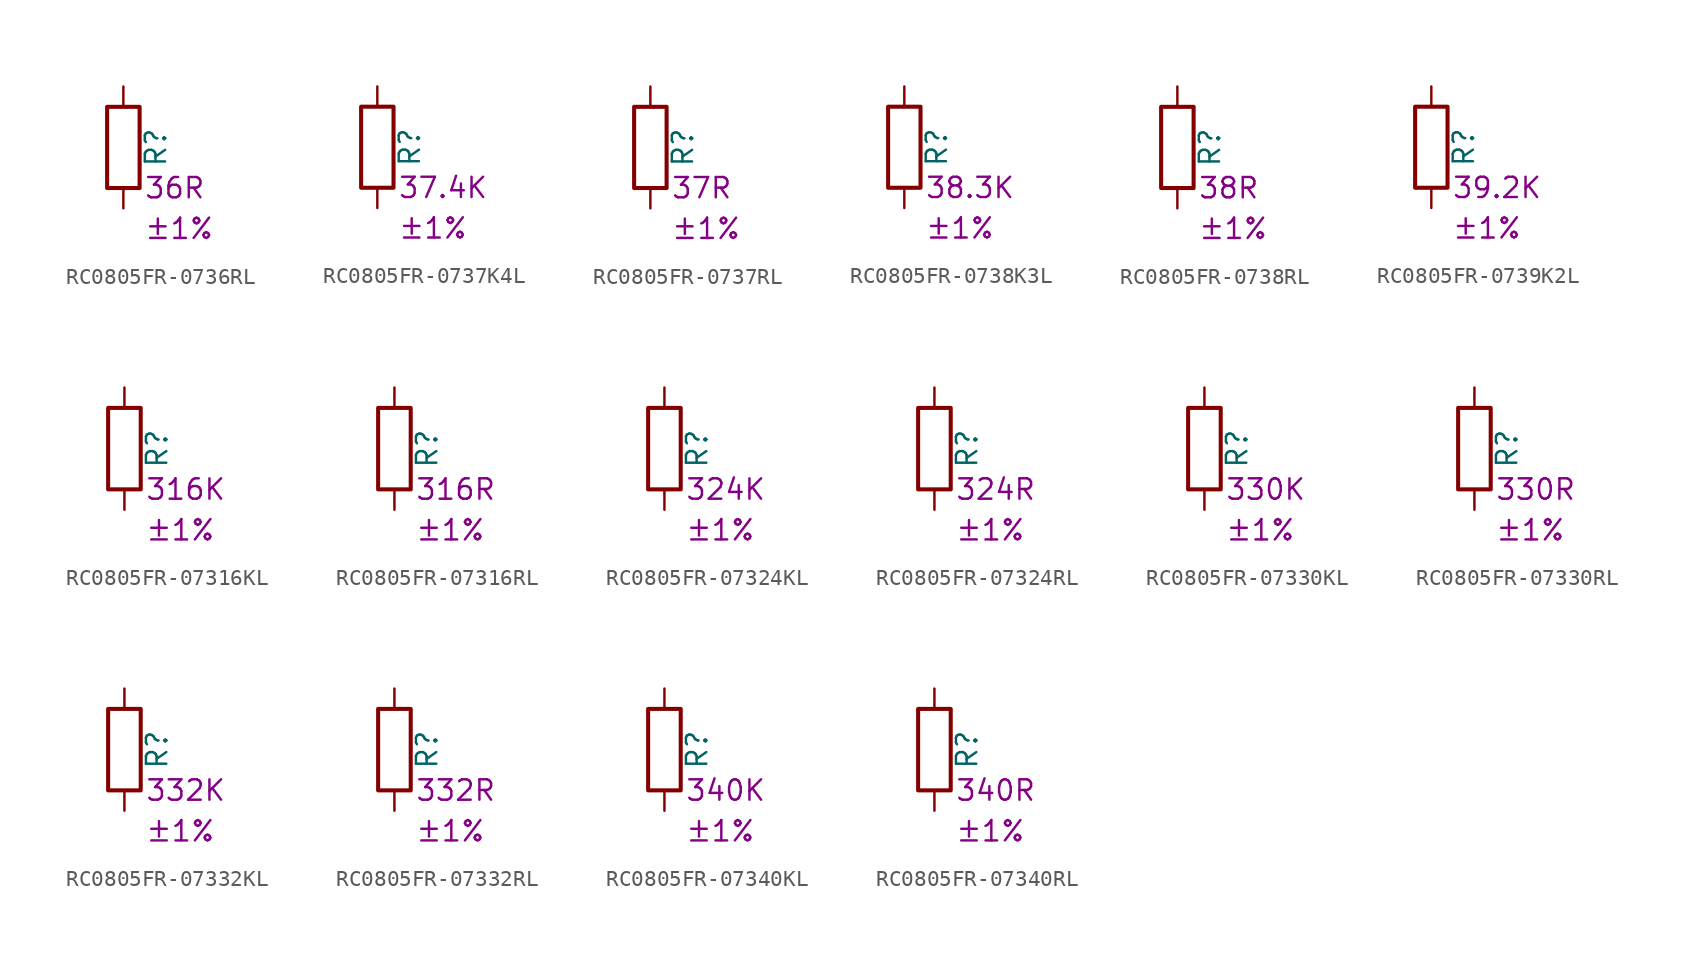
<source format=kicad_sym>
(kicad_symbol_lib
  (version 20220914)
  (generator kicad_symbol_editor)
  (symbol "RC0805FR-0736RL"
    (pin_numbers hide)
    (pin_names
      (offset 0))
    (property "Reference" "R"
      (at 2.032 0 90)
      (effects (font (size 1.27 1.27))))
    (property "Resistance" "36R"
      (at 1.27 -2.54 0)
      (effects (font (size 1.27 1.27)) (justify left)))
    (property "Tolerance" "±1%"
      (at 1.27 -5.08 0)
      (effects (font (size 1.27 1.27)) (justify left)))
    (symbol "RC0805FR-0736RL_0_1"
      (rectangle (start -1.016 -2.54) (end 1.016 2.54) (stroke (width 0.254) (type default)) (fill (type none))))
    (symbol "RC0805FR-0736RL_1_1"
      (pin passive line (at 0 3.81 270) (length 1.27) (name "~" (effects (font (size 1.27 1.27)))) (number "1" (effects (font (size 1.27 1.27)))))
      (pin passive line (at 0 -3.81 90) (length 1.27) (name "~" (effects (font (size 1.27 1.27)))) (number "2" (effects (font (size 1.27 1.27)))))))
  (symbol "RC0805FR-0737K4L"
    (pin_numbers hide)
    (pin_names
      (offset 0))
    (property "Reference" "R"
      (at 2.032 0 90)
      (effects (font (size 1.27 1.27))))
    (property "Resistance" "37.4K"
      (at 1.27 -2.54 0)
      (effects (font (size 1.27 1.27)) (justify left)))
    (property "Tolerance" "±1%"
      (at 1.27 -5.08 0)
      (effects (font (size 1.27 1.27)) (justify left)))
    (symbol "RC0805FR-0737K4L_0_1"
      (rectangle (start -1.016 -2.54) (end 1.016 2.54) (stroke (width 0.254) (type default)) (fill (type none))))
    (symbol "RC0805FR-0737K4L_1_1"
      (pin passive line (at 0 3.81 270) (length 1.27) (name "~" (effects (font (size 1.27 1.27)))) (number "1" (effects (font (size 1.27 1.27)))))
      (pin passive line (at 0 -3.81 90) (length 1.27) (name "~" (effects (font (size 1.27 1.27)))) (number "2" (effects (font (size 1.27 1.27)))))))
  (symbol "RC0805FR-0737RL"
    (pin_numbers hide)
    (pin_names
      (offset 0))
    (property "Reference" "R"
      (at 2.032 0 90)
      (effects (font (size 1.27 1.27))))
    (property "Resistance" "37R"
      (at 1.27 -2.54 0)
      (effects (font (size 1.27 1.27)) (justify left)))
    (property "Tolerance" "±1%"
      (at 1.27 -5.08 0)
      (effects (font (size 1.27 1.27)) (justify left)))
    (symbol "RC0805FR-0737RL_0_1"
      (rectangle (start -1.016 -2.54) (end 1.016 2.54) (stroke (width 0.254) (type default)) (fill (type none))))
    (symbol "RC0805FR-0737RL_1_1"
      (pin passive line (at 0 3.81 270) (length 1.27) (name "~" (effects (font (size 1.27 1.27)))) (number "1" (effects (font (size 1.27 1.27)))))
      (pin passive line (at 0 -3.81 90) (length 1.27) (name "~" (effects (font (size 1.27 1.27)))) (number "2" (effects (font (size 1.27 1.27)))))))
  (symbol "RC0805FR-0738K3L"
    (pin_numbers hide)
    (pin_names
      (offset 0))
    (property "Reference" "R"
      (at 2.032 0 90)
      (effects (font (size 1.27 1.27))))
    (property "Resistance" "38.3K"
      (at 1.27 -2.54 0)
      (effects (font (size 1.27 1.27)) (justify left)))
    (property "Tolerance" "±1%"
      (at 1.27 -5.08 0)
      (effects (font (size 1.27 1.27)) (justify left)))
    (symbol "RC0805FR-0738K3L_0_1"
      (rectangle (start -1.016 -2.54) (end 1.016 2.54) (stroke (width 0.254) (type default)) (fill (type none))))
    (symbol "RC0805FR-0738K3L_1_1"
      (pin passive line (at 0 3.81 270) (length 1.27) (name "~" (effects (font (size 1.27 1.27)))) (number "1" (effects (font (size 1.27 1.27)))))
      (pin passive line (at 0 -3.81 90) (length 1.27) (name "~" (effects (font (size 1.27 1.27)))) (number "2" (effects (font (size 1.27 1.27)))))))
  (symbol "RC0805FR-0738RL"
    (pin_numbers hide)
    (pin_names
      (offset 0))
    (property "Reference" "R"
      (at 2.032 0 90)
      (effects (font (size 1.27 1.27))))
    (property "Resistance" "38R"
      (at 1.27 -2.54 0)
      (effects (font (size 1.27 1.27)) (justify left)))
    (property "Tolerance" "±1%"
      (at 1.27 -5.08 0)
      (effects (font (size 1.27 1.27)) (justify left)))
    (symbol "RC0805FR-0738RL_0_1"
      (rectangle (start -1.016 -2.54) (end 1.016 2.54) (stroke (width 0.254) (type default)) (fill (type none))))
    (symbol "RC0805FR-0738RL_1_1"
      (pin passive line (at 0 3.81 270) (length 1.27) (name "~" (effects (font (size 1.27 1.27)))) (number "1" (effects (font (size 1.27 1.27)))))
      (pin passive line (at 0 -3.81 90) (length 1.27) (name "~" (effects (font (size 1.27 1.27)))) (number "2" (effects (font (size 1.27 1.27)))))))
  (symbol "RC0805FR-0739K2L"
    (pin_numbers hide)
    (pin_names
      (offset 0))
    (property "Reference" "R"
      (at 2.032 0 90)
      (effects (font (size 1.27 1.27))))
    (property "Resistance" "39.2K"
      (at 1.27 -2.54 0)
      (effects (font (size 1.27 1.27)) (justify left)))
    (property "Tolerance" "±1%"
      (at 1.27 -5.08 0)
      (effects (font (size 1.27 1.27)) (justify left)))
    (symbol "RC0805FR-0739K2L_0_1"
      (rectangle (start -1.016 -2.54) (end 1.016 2.54) (stroke (width 0.254) (type default)) (fill (type none))))
    (symbol "RC0805FR-0739K2L_1_1"
      (pin passive line (at 0 3.81 270) (length 1.27) (name "~" (effects (font (size 1.27 1.27)))) (number "1" (effects (font (size 1.27 1.27)))))
      (pin passive line (at 0 -3.81 90) (length 1.27) (name "~" (effects (font (size 1.27 1.27)))) (number "2" (effects (font (size 1.27 1.27)))))))
  (symbol "RC0805FR-07316KL"
    (pin_numbers hide)
    (pin_names
      (offset 0))
    (property "Reference" "R"
      (at 2.032 0 90)
      (effects (font (size 1.27 1.27))))
    (property "Resistance" "316K"
      (at 1.27 -2.54 0)
      (effects (font (size 1.27 1.27)) (justify left)))
    (property "Tolerance" "±1%"
      (at 1.27 -5.08 0)
      (effects (font (size 1.27 1.27)) (justify left)))
    (symbol "RC0805FR-07316KL_0_1"
      (rectangle (start -1.016 -2.54) (end 1.016 2.54) (stroke (width 0.254) (type default)) (fill (type none))))
    (symbol "RC0805FR-07316KL_1_1"
      (pin passive line (at 0 3.81 270) (length 1.27) (name "~" (effects (font (size 1.27 1.27)))) (number "1" (effects (font (size 1.27 1.27)))))
      (pin passive line (at 0 -3.81 90) (length 1.27) (name "~" (effects (font (size 1.27 1.27)))) (number "2" (effects (font (size 1.27 1.27)))))))
  (symbol "RC0805FR-07316RL"
    (pin_numbers hide)
    (pin_names
      (offset 0))
    (property "Reference" "R"
      (at 2.032 0 90)
      (effects (font (size 1.27 1.27))))
    (property "Resistance" "316R"
      (at 1.27 -2.54 0)
      (effects (font (size 1.27 1.27)) (justify left)))
    (property "Tolerance" "±1%"
      (at 1.27 -5.08 0)
      (effects (font (size 1.27 1.27)) (justify left)))
    (symbol "RC0805FR-07316RL_0_1"
      (rectangle (start -1.016 -2.54) (end 1.016 2.54) (stroke (width 0.254) (type default)) (fill (type none))))
    (symbol "RC0805FR-07316RL_1_1"
      (pin passive line (at 0 3.81 270) (length 1.27) (name "~" (effects (font (size 1.27 1.27)))) (number "1" (effects (font (size 1.27 1.27)))))
      (pin passive line (at 0 -3.81 90) (length 1.27) (name "~" (effects (font (size 1.27 1.27)))) (number "2" (effects (font (size 1.27 1.27)))))))
  (symbol "RC0805FR-07324KL"
    (pin_numbers hide)
    (pin_names
      (offset 0))
    (property "Reference" "R"
      (at 2.032 0 90)
      (effects (font (size 1.27 1.27))))
    (property "Resistance" "324K"
      (at 1.27 -2.54 0)
      (effects (font (size 1.27 1.27)) (justify left)))
    (property "Tolerance" "±1%"
      (at 1.27 -5.08 0)
      (effects (font (size 1.27 1.27)) (justify left)))
    (symbol "RC0805FR-07324KL_0_1"
      (rectangle (start -1.016 -2.54) (end 1.016 2.54) (stroke (width 0.254) (type default)) (fill (type none))))
    (symbol "RC0805FR-07324KL_1_1"
      (pin passive line (at 0 3.81 270) (length 1.27) (name "~" (effects (font (size 1.27 1.27)))) (number "1" (effects (font (size 1.27 1.27)))))
      (pin passive line (at 0 -3.81 90) (length 1.27) (name "~" (effects (font (size 1.27 1.27)))) (number "2" (effects (font (size 1.27 1.27)))))))
  (symbol "RC0805FR-07324RL"
    (pin_numbers hide)
    (pin_names
      (offset 0))
    (property "Reference" "R"
      (at 2.032 0 90)
      (effects (font (size 1.27 1.27))))
    (property "Resistance" "324R"
      (at 1.27 -2.54 0)
      (effects (font (size 1.27 1.27)) (justify left)))
    (property "Tolerance" "±1%"
      (at 1.27 -5.08 0)
      (effects (font (size 1.27 1.27)) (justify left)))
    (symbol "RC0805FR-07324RL_0_1"
      (rectangle (start -1.016 -2.54) (end 1.016 2.54) (stroke (width 0.254) (type default)) (fill (type none))))
    (symbol "RC0805FR-07324RL_1_1"
      (pin passive line (at 0 3.81 270) (length 1.27) (name "~" (effects (font (size 1.27 1.27)))) (number "1" (effects (font (size 1.27 1.27)))))
      (pin passive line (at 0 -3.81 90) (length 1.27) (name "~" (effects (font (size 1.27 1.27)))) (number "2" (effects (font (size 1.27 1.27)))))))
  (symbol "RC0805FR-07330KL"
    (pin_numbers hide)
    (pin_names
      (offset 0))
    (property "Reference" "R"
      (at 2.032 0 90)
      (effects (font (size 1.27 1.27))))
    (property "Resistance" "330K"
      (at 1.27 -2.54 0)
      (effects (font (size 1.27 1.27)) (justify left)))
    (property "Tolerance" "±1%"
      (at 1.27 -5.08 0)
      (effects (font (size 1.27 1.27)) (justify left)))
    (symbol "RC0805FR-07330KL_0_1"
      (rectangle (start -1.016 -2.54) (end 1.016 2.54) (stroke (width 0.254) (type default)) (fill (type none))))
    (symbol "RC0805FR-07330KL_1_1"
      (pin passive line (at 0 3.81 270) (length 1.27) (name "~" (effects (font (size 1.27 1.27)))) (number "1" (effects (font (size 1.27 1.27)))))
      (pin passive line (at 0 -3.81 90) (length 1.27) (name "~" (effects (font (size 1.27 1.27)))) (number "2" (effects (font (size 1.27 1.27)))))))
  (symbol "RC0805FR-07330RL"
    (pin_numbers hide)
    (pin_names
      (offset 0))
    (property "Reference" "R"
      (at 2.032 0 90)
      (effects (font (size 1.27 1.27))))
    (property "Resistance" "330R"
      (at 1.27 -2.54 0)
      (effects (font (size 1.27 1.27)) (justify left)))
    (property "Tolerance" "±1%"
      (at 1.27 -5.08 0)
      (effects (font (size 1.27 1.27)) (justify left)))
    (symbol "RC0805FR-07330RL_0_1"
      (rectangle (start -1.016 -2.54) (end 1.016 2.54) (stroke (width 0.254) (type default)) (fill (type none))))
    (symbol "RC0805FR-07330RL_1_1"
      (pin passive line (at 0 3.81 270) (length 1.27) (name "~" (effects (font (size 1.27 1.27)))) (number "1" (effects (font (size 1.27 1.27)))))
      (pin passive line (at 0 -3.81 90) (length 1.27) (name "~" (effects (font (size 1.27 1.27)))) (number "2" (effects (font (size 1.27 1.27)))))))
  (symbol "RC0805FR-07332KL"
    (pin_numbers hide)
    (pin_names
      (offset 0))
    (property "Reference" "R"
      (at 2.032 0 90)
      (effects (font (size 1.27 1.27))))
    (property "Resistance" "332K"
      (at 1.27 -2.54 0)
      (effects (font (size 1.27 1.27)) (justify left)))
    (property "Tolerance" "±1%"
      (at 1.27 -5.08 0)
      (effects (font (size 1.27 1.27)) (justify left)))
    (symbol "RC0805FR-07332KL_0_1"
      (rectangle (start -1.016 -2.54) (end 1.016 2.54) (stroke (width 0.254) (type default)) (fill (type none))))
    (symbol "RC0805FR-07332KL_1_1"
      (pin passive line (at 0 3.81 270) (length 1.27) (name "~" (effects (font (size 1.27 1.27)))) (number "1" (effects (font (size 1.27 1.27)))))
      (pin passive line (at 0 -3.81 90) (length 1.27) (name "~" (effects (font (size 1.27 1.27)))) (number "2" (effects (font (size 1.27 1.27)))))))
  (symbol "RC0805FR-07332RL"
    (pin_numbers hide)
    (pin_names
      (offset 0))
    (property "Reference" "R"
      (at 2.032 0 90)
      (effects (font (size 1.27 1.27))))
    (property "Resistance" "332R"
      (at 1.27 -2.54 0)
      (effects (font (size 1.27 1.27)) (justify left)))
    (property "Tolerance" "±1%"
      (at 1.27 -5.08 0)
      (effects (font (size 1.27 1.27)) (justify left)))
    (symbol "RC0805FR-07332RL_0_1"
      (rectangle (start -1.016 -2.54) (end 1.016 2.54) (stroke (width 0.254) (type default)) (fill (type none))))
    (symbol "RC0805FR-07332RL_1_1"
      (pin passive line (at 0 3.81 270) (length 1.27) (name "~" (effects (font (size 1.27 1.27)))) (number "1" (effects (font (size 1.27 1.27)))))
      (pin passive line (at 0 -3.81 90) (length 1.27) (name "~" (effects (font (size 1.27 1.27)))) (number "2" (effects (font (size 1.27 1.27)))))))
  (symbol "RC0805FR-07340KL"
    (pin_numbers hide)
    (pin_names
      (offset 0))
    (property "Reference" "R"
      (at 2.032 0 90)
      (effects (font (size 1.27 1.27))))
    (property "Resistance" "340K"
      (at 1.27 -2.54 0)
      (effects (font (size 1.27 1.27)) (justify left)))
    (property "Tolerance" "±1%"
      (at 1.27 -5.08 0)
      (effects (font (size 1.27 1.27)) (justify left)))
    (symbol "RC0805FR-07340KL_0_1"
      (rectangle (start -1.016 -2.54) (end 1.016 2.54) (stroke (width 0.254) (type default)) (fill (type none))))
    (symbol "RC0805FR-07340KL_1_1"
      (pin passive line (at 0 3.81 270) (length 1.27) (name "~" (effects (font (size 1.27 1.27)))) (number "1" (effects (font (size 1.27 1.27)))))
      (pin passive line (at 0 -3.81 90) (length 1.27) (name "~" (effects (font (size 1.27 1.27)))) (number "2" (effects (font (size 1.27 1.27)))))))
  (symbol "RC0805FR-07340RL"
    (pin_numbers hide)
    (pin_names
      (offset 0))
    (property "Reference" "R"
      (at 2.032 0 90)
      (effects (font (size 1.27 1.27))))
    (property "Resistance" "340R"
      (at 1.27 -2.54 0)
      (effects (font (size 1.27 1.27)) (justify left)))
    (property "Tolerance" "±1%"
      (at 1.27 -5.08 0)
      (effects (font (size 1.27 1.27)) (justify left)))
    (symbol "RC0805FR-07340RL_0_1"
      (rectangle (start -1.016 -2.54) (end 1.016 2.54) (stroke (width 0.254) (type default)) (fill (type none))))
    (symbol "RC0805FR-07340RL_1_1"
      (pin passive line (at 0 3.81 270) (length 1.27) (name "~" (effects (font (size 1.27 1.27)))) (number "1" (effects (font (size 1.27 1.27)))))
      (pin passive line (at 0 -3.81 90) (length 1.27) (name "~" (effects (font (size 1.27 1.27)))) (number "2" (effects (font (size 1.27 1.27))))))))
</source>
